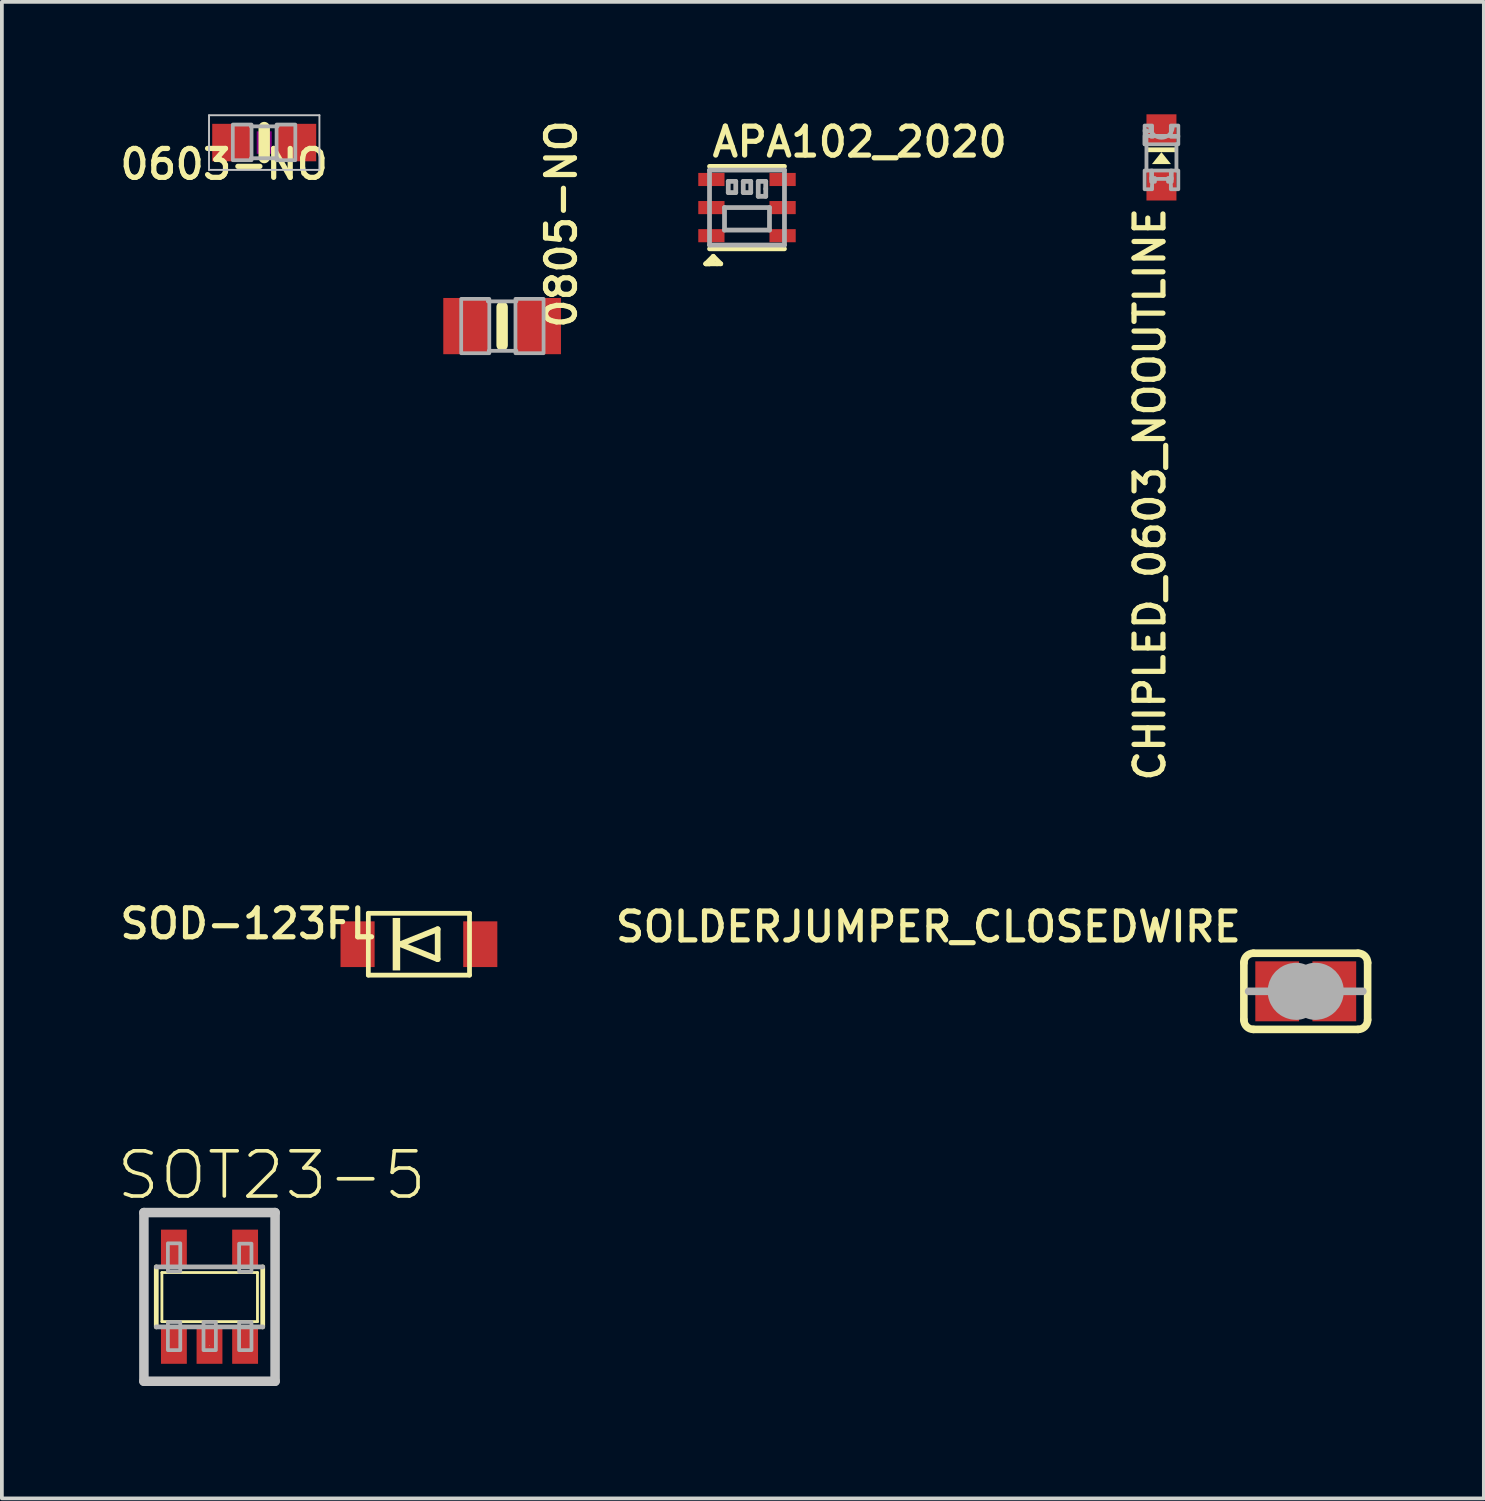
<source format=kicad_pcb>
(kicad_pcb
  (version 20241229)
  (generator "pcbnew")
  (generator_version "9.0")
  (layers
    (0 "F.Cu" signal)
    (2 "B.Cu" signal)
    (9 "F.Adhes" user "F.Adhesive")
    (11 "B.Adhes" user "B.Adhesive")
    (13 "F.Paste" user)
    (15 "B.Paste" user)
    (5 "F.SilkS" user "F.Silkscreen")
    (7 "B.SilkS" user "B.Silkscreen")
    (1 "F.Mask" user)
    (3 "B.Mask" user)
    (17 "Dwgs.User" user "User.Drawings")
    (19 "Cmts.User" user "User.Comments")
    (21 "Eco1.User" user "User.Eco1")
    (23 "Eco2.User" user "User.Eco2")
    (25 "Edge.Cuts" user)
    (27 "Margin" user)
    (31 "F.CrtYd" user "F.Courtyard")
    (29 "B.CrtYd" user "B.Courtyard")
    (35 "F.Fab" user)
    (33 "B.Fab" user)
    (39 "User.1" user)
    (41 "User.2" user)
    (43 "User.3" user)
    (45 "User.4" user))
  (footprint "0603-NO"
    (layer "F.Cu")
    (at 4 0.754)
    (property "Reference" "0603-NO" (at 1.778 0.127 180) (layer "F.SilkS") (effects (font (size 0.772 0.772) (thickness 0.139)) (justify right top)))
    (attr through_hole)
    (fp_line (start 0 -0.4) (end 0 0.4) (stroke (width 0.305) (type solid)) (layer "F.SilkS"))
    (fp_poly (pts (xy -0.2 0.3) (xy 0.2 0.3) (xy 0.2 -0.3) (xy -0.2 -0.3)) (stroke (width 0) (type solid)) (fill yes) (layer "F.Adhes"))
    (fp_line (start -1.473 -0.729) (end 1.473 -0.729) (stroke (width 0.051) (type solid)) (layer "Dwgs.User"))
    (fp_line (start -1.473 0.729) (end -1.473 -0.729) (stroke (width 0.051) (type solid)) (layer "Dwgs.User"))
    (fp_line (start 1.473 -0.729) (end 1.473 0.729) (stroke (width 0.051) (type solid)) (layer "Dwgs.User"))
    (fp_line (start 1.473 0.729) (end -1.473 0.729) (stroke (width 0.051) (type solid)) (layer "Dwgs.User"))
    (fp_line (start -0.356 -0.432) (end 0.356 -0.432) (stroke (width 0.102) (type solid)) (layer "F.Fab"))
    (fp_line (start -0.356 0.419) (end 0.356 0.419) (stroke (width 0.102) (type solid)) (layer "F.Fab"))
    (fp_poly (pts (xy -0.838 0.47) (xy -0.338 0.47) (xy -0.338 -0.48) (xy -0.838 -0.48)) (stroke (width 0.1) (type solid)) (fill no) (layer "F.Fab"))
    (fp_poly (pts (xy 0.33 0.47) (xy 0.83 0.47) (xy 0.83 -0.48) (xy 0.33 -0.48)) (stroke (width 0.1) (type solid)) (fill no) (layer "F.Fab"))
    (pad "1" smd rect (at -0.85 0) (size 1.075 1) (layers "F.Cu" "F.Mask" "F.Paste"))
    (pad "2" smd rect (at 0.85 0) (size 1.075 1) (layers "F.Cu" "F.Mask" "F.Paste")))
  (footprint "SOLDERJUMPER_CLOSEDWIRE"
    (layer "F.Cu")
    (at 31.791 23.401)
    (property "Reference" "SOLDERJUMPER_CLOSEDWIRE" (at -1.651 -1.27 0) (layer "F.SilkS") (effects (font (size 0.772 0.772) (thickness 0.139)) (justify right bottom)))
    (attr through_hole)
    (fp_poly (pts (xy -1.27 -0.762) (xy 1.27 -0.762) (xy 1.27 0.762) (xy -1.27 0.762)) (stroke (width 0) (type solid)) (fill yes) (layer "F.Mask"))
    (fp_line (start -1.651 0.762) (end -1.651 -0.762) (stroke (width 0.203) (type solid)) (layer "F.SilkS"))
    (fp_line (start -1.397 -1.016) (end 1.397 -1.016) (stroke (width 0.203) (type solid)) (layer "F.SilkS"))
    (fp_line (start 1.397 1.016) (end -1.397 1.016) (stroke (width 0.203) (type solid)) (layer "F.SilkS"))
    (fp_line (start 1.651 0.762) (end 1.651 -0.762) (stroke (width 0.203) (type solid)) (layer "F.SilkS"))
    (fp_arc (start -1.651 -0.762) (mid -1.576605 -0.941605) (end -1.397 -1.016) (stroke (width 0.2032) (type solid)) (layer "F.SilkS"))
    (fp_arc (start -1.397 1.016) (mid -1.576605 0.941605) (end -1.651 0.762) (stroke (width 0.2032) (type solid)) (layer "F.SilkS"))
    (fp_arc (start 1.397 -1.016) (mid 1.576605 -0.941605) (end 1.651 -0.762) (stroke (width 0.2032) (type solid)) (layer "F.SilkS"))
    (fp_arc (start 1.651 0.762) (mid 1.576605 0.941605) (end 1.397 1.016) (stroke (width 0.2032) (type solid)) (layer "F.SilkS"))
    (fp_line (start -1.016 0) (end -1.524 0) (stroke (width 0.203) (type solid)) (layer "F.Fab"))
    (fp_line (start 1.016 0) (end 1.524 0) (stroke (width 0.203) (type solid)) (layer "F.Fab"))
    (fp_arc (start -0.254 0.127) (mid -0.381 0) (end -0.254 -0.127) (stroke (width 1.27) (type solid)) (layer "F.Fab"))
    (fp_arc (start 0.254 -0.127) (mid 0.381 0) (end 0.254 0.127) (stroke (width 1.27) (type solid)) (layer "F.Fab"))
    (pad "1" smd rect (at -0.762 0) (size 1.168 1.6) (layers "F.Cu" "F.Mask"))
    (pad "2" smd rect (at 0.762 0) (size 1.168 1.6) (layers "F.Cu" "F.Mask"))
    (pad "WIRE" smd rect (at 0 0 180) (size 0.635 0.203) (layers "F.Cu" "F.Mask")))
  (footprint "CHIPLED_0603_NOOUTLINE"
    (layer "F.Cu")
    (at 27.941 1.15)
    (property "Reference" "CHIPLED_0603_NOOUTLINE" (at -0.762 1.27 270) (layer "F.SilkS") (effects (font (size 0.772 0.772) (thickness 0.139)) (justify right top)))
    (attr through_hole)
    (fp_poly (pts (xy 0 -0.14) (xy -0.254 0.178) (xy 0.254 0.178)) (stroke (width 0) (type solid)) (fill yes) (layer "F.SilkS"))
    (fp_poly (pts (xy -0.381 -0.14) (xy 0.381 -0.14) (xy 0.381 -0.267) (xy -0.381 -0.267)) (stroke (width 0) (type solid)) (fill yes) (layer "F.SilkS"))
    (fp_line (start -0.4 -0.375) (end -0.4 0.35) (stroke (width 0.102) (type solid)) (layer "F.Fab"))
    (fp_line (start 0.4 -0.35) (end 0.4 0.35) (stroke (width 0.102) (type solid)) (layer "F.Fab"))
    (fp_arc (start -0.275 0.825) (mid 0 0.55) (end 0.275 0.825) (stroke (width 0.0508) (type solid)) (layer "F.Fab"))
    (fp_arc (start 0.3 -0.799998) (mid -0.000001 -0.524966) (end -0.3 -0.8) (stroke (width 0.1016) (type solid)) (layer "F.Fab"))
    (fp_circle (center -0.35 -0.625) (end -0.275 -0.625) (stroke (width 0.051) (type solid)) (fill no) (layer "F.Fab"))
    (fp_poly (pts (xy -0.45 -0.7) (xy -0.25 -0.7) (xy -0.25 -0.85) (xy -0.45 -0.85)) (stroke (width 0.1) (type solid)) (fill no) (layer "F.Fab"))
    (fp_poly (pts (xy -0.45 -0.35) (xy -0.4 -0.35) (xy -0.4 -0.725) (xy -0.45 -0.725)) (stroke (width 0.1) (type solid)) (fill no) (layer "F.Fab"))
    (fp_poly (pts (xy -0.45 -0.35) (xy 0.45 -0.35) (xy 0.45 -0.575) (xy -0.45 -0.575)) (stroke (width 0.1) (type solid)) (fill no) (layer "F.Fab"))
    (fp_poly (pts (xy -0.45 0.85) (xy -0.25 0.85) (xy -0.25 0.35) (xy -0.45 0.35)) (stroke (width 0.1) (type solid)) (fill no) (layer "F.Fab"))
    (fp_poly (pts (xy -0.275 -0.55) (xy -0.225 -0.55) (xy -0.225 -0.6) (xy -0.275 -0.6)) (stroke (width 0.1) (type solid)) (fill no) (layer "F.Fab"))
    (fp_poly (pts (xy -0.275 0.575) (xy 0.275 0.575) (xy 0.275 0.35) (xy -0.275 0.35)) (stroke (width 0.1) (type solid)) (fill no) (layer "F.Fab"))
    (fp_poly (pts (xy -0.275 0.65) (xy -0.175 0.65) (xy -0.175 0.55) (xy -0.275 0.55)) (stroke (width 0.1) (type solid)) (fill no) (layer "F.Fab"))
    (fp_poly (pts (xy 0.175 0.65) (xy 0.275 0.65) (xy 0.275 0.55) (xy 0.175 0.55)) (stroke (width 0.1) (type solid)) (fill no) (layer "F.Fab"))
    (fp_poly (pts (xy 0.25 -0.55) (xy 0.45 -0.55) (xy 0.45 -0.85) (xy 0.25 -0.85)) (stroke (width 0.1) (type solid)) (fill no) (layer "F.Fab"))
    (fp_poly (pts (xy 0.25 0.85) (xy 0.45 0.85) (xy 0.45 0.35) (xy 0.25 0.35)) (stroke (width 0.1) (type solid)) (fill no) (layer "F.Fab"))
    (pad "A" smd rect (at 0 0.75) (size 0.8 0.8) (layers "F.Cu" "F.Mask" "F.Paste"))
    (pad "C" smd rect (at 0 -0.75) (size 0.8 0.8) (layers "F.Cu" "F.Mask" "F.Paste")))
  (footprint "SOT23-5"
    (layer "F.Cu")
    (at 2.54 31.555)
    (property "Reference" "SOT23-5" (at -2.54 -2.54 0) (layer "F.SilkS") (effects (font (size 1.206 1.206) (thickness 0.097)) (justify left bottom)))
    (attr through_hole)
    (fp_line (start -1.42 0.8) (end -1.42 -0.8) (stroke (width 0.127) (type solid)) (layer "F.SilkS"))
    (fp_line (start -1.27 -0.65) (end 1.28 -0.65) (stroke (width 0.075) (type solid)) (layer "F.SilkS"))
    (fp_line (start -1.27 0.66) (end -1.27 -0.65) (stroke (width 0.075) (type solid)) (layer "F.SilkS"))
    (fp_line (start 0 1.29) (end 0 1.3) (stroke (width 0.01) (type solid)) (layer "F.SilkS"))
    (fp_line (start 1.28 -0.65) (end 1.28 0.66) (stroke (width 0.075) (type solid)) (layer "F.SilkS"))
    (fp_line (start 1.28 0.66) (end -1.27 0.66) (stroke (width 0.075) (type solid)) (layer "F.SilkS"))
    (fp_line (start 1.42 -0.8) (end 1.42 0.8) (stroke (width 0.127) (type solid)) (layer "F.SilkS"))
    (fp_line (start -1.75 -2.25) (end 1.75 -2.25) (stroke (width 0.254) (type solid)) (layer "Dwgs.User"))
    (fp_line (start -1.75 2.25) (end -1.75 -2.25) (stroke (width 0.254) (type solid)) (layer "Dwgs.User"))
    (fp_line (start 1.75 -2.25) (end 1.75 2.25) (stroke (width 0.254) (type solid)) (layer "Dwgs.User"))
    (fp_line (start 1.75 2.25) (end -1.75 2.25) (stroke (width 0.254) (type solid)) (layer "Dwgs.User"))
    (fp_line (start -1.42 -0.8) (end 1.42 -0.8) (stroke (width 0.127) (type solid)) (layer "F.Fab"))
    (fp_line (start 1.42 0.8) (end -1.42 0.8) (stroke (width 0.127) (type solid)) (layer "F.Fab"))
    (fp_poly (pts (xy -1.11 -0.68) (xy -0.78 -0.68) (xy -0.78 -1.43) (xy -1.11 -1.43)) (stroke (width 0.1) (type solid)) (fill no) (layer "F.Fab"))
    (fp_poly (pts (xy -1.11 1.42) (xy -0.78 1.42) (xy -0.78 0.67) (xy -1.11 0.67)) (stroke (width 0.1) (type solid)) (fill no) (layer "F.Fab"))
    (fp_poly (pts (xy -0.16 1.42) (xy 0.17 1.42) (xy 0.17 0.67) (xy -0.16 0.67)) (stroke (width 0.1) (type solid)) (fill no) (layer "F.Fab"))
    (fp_poly (pts (xy 0.79 -0.67) (xy 1.12 -0.67) (xy 1.12 -1.42) (xy 0.79 -1.42)) (stroke (width 0.1) (type solid)) (fill no) (layer "F.Fab"))
    (fp_poly (pts (xy 0.79 1.42) (xy 1.12 1.42) (xy 1.12 0.67) (xy 0.79 0.67)) (stroke (width 0.1) (type solid)) (fill no) (layer "F.Fab"))
    (pad "1" smd rect (at -0.95 1.29) (size 0.69 0.99) (layers "F.Cu" "F.Mask" "F.Paste"))
    (pad "2" smd rect (at 0 1.29) (size 0.69 0.99) (layers "F.Cu" "F.Mask" "F.Paste"))
    (pad "3" smd rect (at 0.95 1.29) (size 0.69 0.99) (layers "F.Cu" "F.Mask" "F.Paste"))
    (pad "4" smd rect (at 0.95 -1.3) (size 0.69 0.99) (layers "F.Cu" "F.Mask" "F.Paste"))
    (pad "5" smd rect (at -0.95 -1.3) (size 0.69 0.99) (layers "F.Cu" "F.Mask" "F.Paste")))
  (footprint "APA102_2020"
    (layer "F.Cu")
    (at 16.882 2.489)
    (property "Reference" "APA102_2020" (at -1 -1.3 0) (layer "F.SilkS") (effects (font (size 0.772 0.772) (thickness 0.139)) (justify left bottom)))
    (attr through_hole)
    (fp_line (start -1.1 1.5) (end -1 1.5) (stroke (width 0.127) (type solid)) (layer "F.SilkS"))
    (fp_line (start -1.1 1.5) (end -0.8 1.5) (stroke (width 0.127) (type solid)) (layer "F.SilkS"))
    (fp_line (start -1 1.5) (end -0.9 1.4) (stroke (width 0.127) (type solid)) (layer "F.SilkS"))
    (fp_line (start -0.9 1.3) (end -1.1 1.5) (stroke (width 0.127) (type solid)) (layer "F.SilkS"))
    (fp_line (start -0.8 1.5) (end -0.7 1.5) (stroke (width 0.127) (type solid)) (layer "F.SilkS"))
    (fp_line (start -0.7 1.5) (end -0.9 1.3) (stroke (width 0.127) (type solid)) (layer "F.SilkS"))
    (fp_line (start 1 -1.1) (end -1 -1.1) (stroke (width 0.127) (type solid)) (layer "F.SilkS"))
    (fp_line (start 1 1.1) (end -1 1.1) (stroke (width 0.127) (type solid)) (layer "F.SilkS"))
    (fp_line (start -1 -1) (end 1 -1) (stroke (width 0.127) (type solid)) (layer "F.Fab"))
    (fp_line (start -1 1) (end -1 -1) (stroke (width 0.127) (type solid)) (layer "F.Fab"))
    (fp_line (start -0.6 0) (end 0.6 0) (stroke (width 0.127) (type solid)) (layer "F.Fab"))
    (fp_line (start -0.6 0.6) (end -0.6 0) (stroke (width 0.127) (type solid)) (layer "F.Fab"))
    (fp_line (start -0.5 -0.7) (end -0.3 -0.7) (stroke (width 0.127) (type solid)) (layer "F.Fab"))
    (fp_line (start -0.5 -0.4) (end -0.5 -0.7) (stroke (width 0.127) (type solid)) (layer "F.Fab"))
    (fp_line (start -0.3 -0.7) (end -0.3 -0.4) (stroke (width 0.127) (type solid)) (layer "F.Fab"))
    (fp_line (start -0.3 -0.4) (end -0.5 -0.4) (stroke (width 0.127) (type solid)) (layer "F.Fab"))
    (fp_line (start -0.1 -0.7) (end 0.1 -0.7) (stroke (width 0.127) (type solid)) (layer "F.Fab"))
    (fp_line (start -0.1 -0.4) (end -0.1 -0.7) (stroke (width 0.127) (type solid)) (layer "F.Fab"))
    (fp_line (start 0.1 -0.7) (end 0.1 -0.4) (stroke (width 0.127) (type solid)) (layer "F.Fab"))
    (fp_line (start 0.1 -0.4) (end -0.1 -0.4) (stroke (width 0.127) (type solid)) (layer "F.Fab"))
    (fp_line (start 0.3 -0.7) (end 0.5 -0.7) (stroke (width 0.127) (type solid)) (layer "F.Fab"))
    (fp_line (start 0.3 -0.3) (end 0.3 -0.7) (stroke (width 0.127) (type solid)) (layer "F.Fab"))
    (fp_line (start 0.5 -0.7) (end 0.5 -0.5) (stroke (width 0.127) (type solid)) (layer "F.Fab"))
    (fp_line (start 0.5 -0.5) (end 0.5 -0.3) (stroke (width 0.127) (type solid)) (layer "F.Fab"))
    (fp_line (start 0.5 -0.3) (end 0.3 -0.3) (stroke (width 0.127) (type solid)) (layer "F.Fab"))
    (fp_line (start 0.6 0) (end 0.6 0.6) (stroke (width 0.127) (type solid)) (layer "F.Fab"))
    (fp_line (start 0.6 0.6) (end -0.6 0.6) (stroke (width 0.127) (type solid)) (layer "F.Fab"))
    (fp_line (start 1 -1) (end 1 1) (stroke (width 0.127) (type solid)) (layer "F.Fab"))
    (fp_line (start 1 1) (end -1 1) (stroke (width 0.127) (type solid)) (layer "F.Fab"))
    (pad "1" smd rect (at -0.95 0.75 180) (size 0.7 0.35) (layers "F.Cu" "F.Mask" "F.Paste"))
    (pad "2" smd rect (at -0.95 0 180) (size 0.7 0.35) (layers "F.Cu" "F.Mask" "F.Paste"))
    (pad "3" smd rect (at -0.95 -0.75 180) (size 0.7 0.35) (layers "F.Cu" "F.Mask" "F.Paste"))
    (pad "4" smd rect (at 0.95 -0.75 180) (size 0.7 0.35) (layers "F.Cu" "F.Mask" "F.Paste"))
    (pad "5" smd rect (at 0.95 0 180) (size 0.7 0.35) (layers "F.Cu" "F.Mask" "F.Paste"))
    (pad "6" smd rect (at 0.95 0.75 180) (size 0.7 0.35) (layers "F.Cu" "F.Mask" "F.Paste")))
  (footprint "SOD-123FL"
    (layer "F.Cu")
    (at 8.128 22.144)
    (property "Reference" "SOD-123FL" (at -1.1 -1 180) (layer "F.SilkS") (effects (font (size 0.772 0.772) (thickness 0.139)) (justify right top)))
    (attr through_hole)
    (fp_line (start -1.35 -0.825) (end 1.35 -0.825) (stroke (width 0.127) (type solid)) (layer "F.SilkS"))
    (fp_line (start -1.35 0.825) (end -1.35 -0.825) (stroke (width 0.127) (type solid)) (layer "F.SilkS"))
    (fp_line (start -0.5 0) (end 0.5 -0.4) (stroke (width 0.152) (type solid)) (layer "F.SilkS"))
    (fp_line (start 0.5 -0.4) (end 0.5 0.4) (stroke (width 0.152) (type solid)) (layer "F.SilkS"))
    (fp_line (start 0.5 0.4) (end -0.5 0) (stroke (width 0.152) (type solid)) (layer "F.SilkS"))
    (fp_line (start 1.35 -0.825) (end 1.35 0.825) (stroke (width 0.127) (type solid)) (layer "F.SilkS"))
    (fp_line (start 1.35 0.825) (end -1.35 0.825) (stroke (width 0.127) (type solid)) (layer "F.SilkS"))
    (fp_poly (pts (xy -0.7 0.7) (xy -0.5 0.7) (xy -0.5 -0.7) (xy -0.7 -0.7)) (stroke (width 0) (type solid)) (fill yes) (layer "F.SilkS"))
    (pad "A" smd rect (at 1.637 0) (size 0.91 1.22) (layers "F.Cu" "F.Mask" "F.Paste"))
    (pad "C" smd rect (at -1.637 0) (size 0.91 1.22) (layers "F.Cu" "F.Mask" "F.Paste")))
  (footprint "0805-NO"
    (layer "F.Cu")
    (at 10.348 5.651)
    (property "Reference" "0805-NO" (at 2.032 0.127 270) (layer "F.SilkS") (effects (font (size 0.772 0.772) (thickness 0.139)) (justify left bottom)))
    (attr through_hole)
    (fp_line (start 0 -0.508) (end 0 0.508) (stroke (width 0.305) (type solid)) (layer "F.SilkS"))
    (fp_line (start -0.381 -0.66) (end 0.381 -0.66) (stroke (width 0.102) (type solid)) (layer "F.Fab"))
    (fp_line (start -0.356 0.66) (end 0.381 0.66) (stroke (width 0.102) (type solid)) (layer "F.Fab"))
    (fp_poly (pts (xy -1.092 0.724) (xy -0.342 0.724) (xy -0.342 -0.726) (xy -1.092 -0.726)) (stroke (width 0.1) (type solid)) (fill no) (layer "F.Fab"))
    (fp_poly (pts (xy 0.356 0.724) (xy 1.106 0.724) (xy 1.106 -0.726) (xy 0.356 -0.726)) (stroke (width 0.1) (type solid)) (fill no) (layer "F.Fab"))
    (pad "1" smd rect (at -0.95 0) (size 1.24 1.5) (layers "F.Cu" "F.Mask" "F.Paste"))
    (pad "2" smd rect (at 0.95 0) (size 1.24 1.5) (layers "F.Cu" "F.Mask" "F.Paste")))
  (gr_rect
    (start -3 -3)
    (end 36.543 36.932)
    (stroke (width 0.1) (type default))
    (fill no)
    (layer "Edge.Cuts")))
</source>
